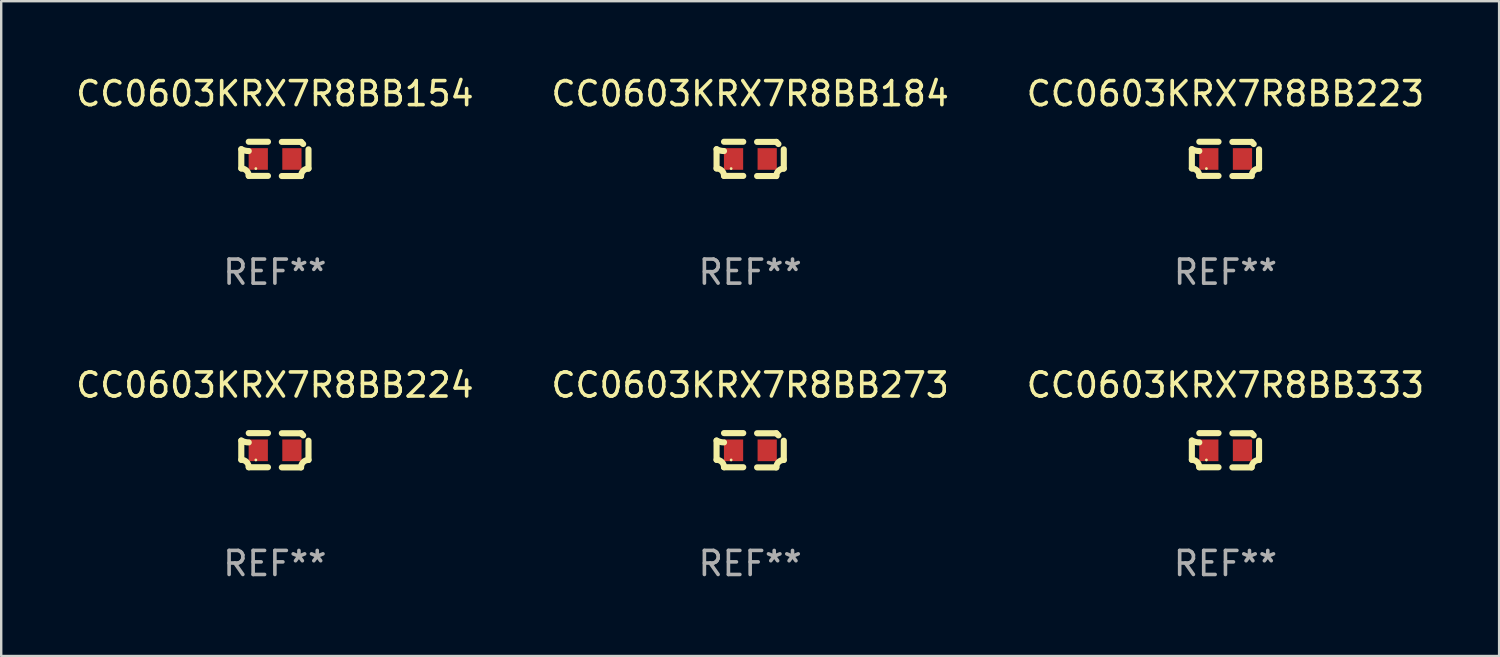
<source format=kicad_pcb>
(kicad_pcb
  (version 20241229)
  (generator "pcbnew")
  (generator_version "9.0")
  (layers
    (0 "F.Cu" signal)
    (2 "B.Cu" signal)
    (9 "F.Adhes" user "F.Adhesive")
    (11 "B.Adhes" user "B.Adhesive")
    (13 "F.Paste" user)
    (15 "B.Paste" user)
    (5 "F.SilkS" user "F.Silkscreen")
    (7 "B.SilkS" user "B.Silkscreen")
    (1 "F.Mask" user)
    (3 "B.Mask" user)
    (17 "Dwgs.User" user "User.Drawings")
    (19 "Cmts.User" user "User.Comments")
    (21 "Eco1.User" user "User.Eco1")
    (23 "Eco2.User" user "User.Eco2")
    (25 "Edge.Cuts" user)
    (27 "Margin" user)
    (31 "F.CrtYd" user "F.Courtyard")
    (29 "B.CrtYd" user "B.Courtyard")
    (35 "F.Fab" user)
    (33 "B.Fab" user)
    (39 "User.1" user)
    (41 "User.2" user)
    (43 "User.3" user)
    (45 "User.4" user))
  (footprint "CC0603KRX7R8BB223"
    (layer "F.Cu")
    (at 47.935 3.561)
    (property "Reference" "CC0603KRX7R8BB223" (at 0 -2.713 0) (layer "F.SilkS") (effects (font (size 1 1) (thickness 0.15))))
    (attr through_hole)
    (fp_line (start -1.398 -0.403) (end -1.398 0.397) (stroke (width 0.254) (type solid)) (layer "F.SilkS"))
    (fp_line (start -0.288 -0.713) (end -1.088 -0.713) (stroke (width 0.254) (type solid)) (layer "F.SilkS"))
    (fp_line (start -0.288 0.707) (end -1.088 0.707) (stroke (width 0.254) (type solid)) (layer "F.SilkS"))
    (fp_line (start 0.288 -0.707) (end 1.088 -0.707) (stroke (width 0.254) (type solid)) (layer "F.SilkS"))
    (fp_line (start 0.288 0.713) (end 1.088 0.713) (stroke (width 0.254) (type solid)) (layer "F.SilkS"))
    (fp_line (start 1.398 -0.397) (end 1.398 0.403) (stroke (width 0.254) (type solid)) (layer "F.SilkS"))
    (fp_arc (start -1.397789 0.397066) (mid -1.178701 0.487826) (end -1.08796 0.706922) (stroke (width 0.254001) (type solid)) (layer "F.SilkS"))
    (fp_arc (start -1.08796 -0.327176) (mid -1.247436 -0.346384) (end -1.39779 -0.402908) (stroke (width 0.254001) (type solid)) (layer "F.SilkS"))
    (fp_arc (start 1.087909 0.712738) (mid 1.178656 0.493655) (end 1.397739 0.402908) (stroke (width 0.254001) (type solid)) (layer "F.SilkS"))
    (fp_arc (start 1.175925 -0.618926) (mid 1.131917 -0.662923) (end 1.08791 -0.706922) (stroke (width 0.254001) (type solid)) (layer "F.SilkS"))
    (fp_circle (center -0.792 0.403) (end -0.762 0.403) (stroke (width 0.06) (type solid)) (fill no) (layer "F.SilkS"))
    (fp_text user "REF**" (at 0 4.713 0) (layer "F.Fab") (effects (font (size 1 1) (thickness 0.15))))
    (pad "1" smd rect (at -0.692 0.003) (size 0.8 0.9) (layers "F.Cu" "F.Mask" "F.Paste"))
    (pad "2" smd rect (at 0.708 0.003) (size 0.8 0.9) (layers "F.Cu" "F.Mask" "F.Paste")))
  (footprint "CC0603KRX7R8BB154"
    (layer "F.Cu")
    (at 8.387 3.561)
    (property "Reference" "CC0603KRX7R8BB154" (at 0 -2.713 0) (layer "F.SilkS") (effects (font (size 1 1) (thickness 0.15))))
    (attr through_hole)
    (fp_line (start -1.398 -0.403) (end -1.398 0.397) (stroke (width 0.254) (type solid)) (layer "F.SilkS"))
    (fp_line (start -0.288 -0.713) (end -1.088 -0.713) (stroke (width 0.254) (type solid)) (layer "F.SilkS"))
    (fp_line (start -0.288 0.707) (end -1.088 0.707) (stroke (width 0.254) (type solid)) (layer "F.SilkS"))
    (fp_line (start 0.288 -0.707) (end 1.088 -0.707) (stroke (width 0.254) (type solid)) (layer "F.SilkS"))
    (fp_line (start 0.288 0.713) (end 1.088 0.713) (stroke (width 0.254) (type solid)) (layer "F.SilkS"))
    (fp_line (start 1.398 -0.397) (end 1.398 0.403) (stroke (width 0.254) (type solid)) (layer "F.SilkS"))
    (fp_arc (start -1.397789 0.397066) (mid -1.178701 0.487826) (end -1.08796 0.706922) (stroke (width 0.254001) (type solid)) (layer "F.SilkS"))
    (fp_arc (start -1.08796 -0.327176) (mid -1.247436 -0.346384) (end -1.39779 -0.402908) (stroke (width 0.254001) (type solid)) (layer "F.SilkS"))
    (fp_arc (start 1.087909 0.712738) (mid 1.178656 0.493655) (end 1.397739 0.402908) (stroke (width 0.254001) (type solid)) (layer "F.SilkS"))
    (fp_arc (start 1.175925 -0.618926) (mid 1.131917 -0.662923) (end 1.08791 -0.706922) (stroke (width 0.254001) (type solid)) (layer "F.SilkS"))
    (fp_circle (center -0.792 0.403) (end -0.762 0.403) (stroke (width 0.06) (type solid)) (fill no) (layer "F.SilkS"))
    (fp_text user "REF**" (at 0 4.713 0) (layer "F.Fab") (effects (font (size 1 1) (thickness 0.15))))
    (pad "1" smd rect (at -0.692 0.003) (size 0.8 0.9) (layers "F.Cu" "F.Mask" "F.Paste"))
    (pad "2" smd rect (at 0.708 0.003) (size 0.8 0.9) (layers "F.Cu" "F.Mask" "F.Paste")))
  (footprint "CC0603KRX7R8BB184"
    (layer "F.Cu")
    (at 28.161 3.561)
    (property "Reference" "CC0603KRX7R8BB184" (at 0 -2.713 0) (layer "F.SilkS") (effects (font (size 1 1) (thickness 0.15))))
    (attr through_hole)
    (fp_line (start -1.398 -0.403) (end -1.398 0.397) (stroke (width 0.254) (type solid)) (layer "F.SilkS"))
    (fp_line (start -0.288 -0.713) (end -1.088 -0.713) (stroke (width 0.254) (type solid)) (layer "F.SilkS"))
    (fp_line (start -0.288 0.707) (end -1.088 0.707) (stroke (width 0.254) (type solid)) (layer "F.SilkS"))
    (fp_line (start 0.288 -0.707) (end 1.088 -0.707) (stroke (width 0.254) (type solid)) (layer "F.SilkS"))
    (fp_line (start 0.288 0.713) (end 1.088 0.713) (stroke (width 0.254) (type solid)) (layer "F.SilkS"))
    (fp_line (start 1.398 -0.397) (end 1.398 0.403) (stroke (width 0.254) (type solid)) (layer "F.SilkS"))
    (fp_arc (start -1.397789 0.397066) (mid -1.178701 0.487826) (end -1.08796 0.706922) (stroke (width 0.254001) (type solid)) (layer "F.SilkS"))
    (fp_arc (start -1.08796 -0.327176) (mid -1.247436 -0.346384) (end -1.39779 -0.402908) (stroke (width 0.254001) (type solid)) (layer "F.SilkS"))
    (fp_arc (start 1.087909 0.712738) (mid 1.178656 0.493655) (end 1.397739 0.402908) (stroke (width 0.254001) (type solid)) (layer "F.SilkS"))
    (fp_arc (start 1.175925 -0.618926) (mid 1.131917 -0.662923) (end 1.08791 -0.706922) (stroke (width 0.254001) (type solid)) (layer "F.SilkS"))
    (fp_circle (center -0.792 0.403) (end -0.762 0.403) (stroke (width 0.06) (type solid)) (fill no) (layer "F.SilkS"))
    (fp_text user "REF**" (at 0 4.713 0) (layer "F.Fab") (effects (font (size 1 1) (thickness 0.15))))
    (pad "1" smd rect (at -0.692 0.003) (size 0.8 0.9) (layers "F.Cu" "F.Mask" "F.Paste"))
    (pad "2" smd rect (at 0.708 0.003) (size 0.8 0.9) (layers "F.Cu" "F.Mask" "F.Paste")))
  (footprint "CC0603KRX7R8BB224"
    (layer "F.Cu")
    (at 8.387 15.683)
    (property "Reference" "CC0603KRX7R8BB224" (at 0 -2.713 0) (layer "F.SilkS") (effects (font (size 1 1) (thickness 0.15))))
    (attr through_hole)
    (fp_line (start -1.398 -0.403) (end -1.398 0.397) (stroke (width 0.254) (type solid)) (layer "F.SilkS"))
    (fp_line (start -0.288 -0.713) (end -1.088 -0.713) (stroke (width 0.254) (type solid)) (layer "F.SilkS"))
    (fp_line (start -0.288 0.707) (end -1.088 0.707) (stroke (width 0.254) (type solid)) (layer "F.SilkS"))
    (fp_line (start 0.288 -0.707) (end 1.088 -0.707) (stroke (width 0.254) (type solid)) (layer "F.SilkS"))
    (fp_line (start 0.288 0.713) (end 1.088 0.713) (stroke (width 0.254) (type solid)) (layer "F.SilkS"))
    (fp_line (start 1.398 -0.397) (end 1.398 0.403) (stroke (width 0.254) (type solid)) (layer "F.SilkS"))
    (fp_arc (start -1.397789 0.397066) (mid -1.178701 0.487826) (end -1.08796 0.706922) (stroke (width 0.254001) (type solid)) (layer "F.SilkS"))
    (fp_arc (start -1.08796 -0.327176) (mid -1.247436 -0.346384) (end -1.39779 -0.402908) (stroke (width 0.254001) (type solid)) (layer "F.SilkS"))
    (fp_arc (start 1.087909 0.712738) (mid 1.178656 0.493655) (end 1.397739 0.402908) (stroke (width 0.254001) (type solid)) (layer "F.SilkS"))
    (fp_arc (start 1.175925 -0.618926) (mid 1.131917 -0.662923) (end 1.08791 -0.706922) (stroke (width 0.254001) (type solid)) (layer "F.SilkS"))
    (fp_circle (center -0.792 0.403) (end -0.762 0.403) (stroke (width 0.06) (type solid)) (fill no) (layer "F.SilkS"))
    (fp_text user "REF**" (at 0 4.713 0) (layer "F.Fab") (effects (font (size 1 1) (thickness 0.15))))
    (pad "1" smd rect (at -0.692 0.003) (size 0.8 0.9) (layers "F.Cu" "F.Mask" "F.Paste"))
    (pad "2" smd rect (at 0.708 0.003) (size 0.8 0.9) (layers "F.Cu" "F.Mask" "F.Paste")))
  (footprint "CC0603KRX7R8BB333"
    (layer "F.Cu")
    (at 47.935 15.683)
    (property "Reference" "CC0603KRX7R8BB333" (at 0 -2.713 0) (layer "F.SilkS") (effects (font (size 1 1) (thickness 0.15))))
    (attr through_hole)
    (fp_line (start -1.398 -0.403) (end -1.398 0.397) (stroke (width 0.254) (type solid)) (layer "F.SilkS"))
    (fp_line (start -0.288 -0.713) (end -1.088 -0.713) (stroke (width 0.254) (type solid)) (layer "F.SilkS"))
    (fp_line (start -0.288 0.707) (end -1.088 0.707) (stroke (width 0.254) (type solid)) (layer "F.SilkS"))
    (fp_line (start 0.288 -0.707) (end 1.088 -0.707) (stroke (width 0.254) (type solid)) (layer "F.SilkS"))
    (fp_line (start 0.288 0.713) (end 1.088 0.713) (stroke (width 0.254) (type solid)) (layer "F.SilkS"))
    (fp_line (start 1.398 -0.397) (end 1.398 0.403) (stroke (width 0.254) (type solid)) (layer "F.SilkS"))
    (fp_arc (start -1.397789 0.397066) (mid -1.178701 0.487826) (end -1.08796 0.706922) (stroke (width 0.254001) (type solid)) (layer "F.SilkS"))
    (fp_arc (start -1.08796 -0.327176) (mid -1.247436 -0.346384) (end -1.39779 -0.402908) (stroke (width 0.254001) (type solid)) (layer "F.SilkS"))
    (fp_arc (start 1.087909 0.712738) (mid 1.178656 0.493655) (end 1.397739 0.402908) (stroke (width 0.254001) (type solid)) (layer "F.SilkS"))
    (fp_arc (start 1.175925 -0.618926) (mid 1.131917 -0.662923) (end 1.08791 -0.706922) (stroke (width 0.254001) (type solid)) (layer "F.SilkS"))
    (fp_circle (center -0.792 0.403) (end -0.762 0.403) (stroke (width 0.06) (type solid)) (fill no) (layer "F.SilkS"))
    (fp_text user "REF**" (at 0 4.713 0) (layer "F.Fab") (effects (font (size 1 1) (thickness 0.15))))
    (pad "1" smd rect (at -0.692 0.003) (size 0.8 0.9) (layers "F.Cu" "F.Mask" "F.Paste"))
    (pad "2" smd rect (at 0.708 0.003) (size 0.8 0.9) (layers "F.Cu" "F.Mask" "F.Paste")))
  (footprint "CC0603KRX7R8BB273"
    (layer "F.Cu")
    (at 28.161 15.683)
    (property "Reference" "CC0603KRX7R8BB273" (at 0 -2.713 0) (layer "F.SilkS") (effects (font (size 1 1) (thickness 0.15))))
    (attr through_hole)
    (fp_line (start -1.398 -0.403) (end -1.398 0.397) (stroke (width 0.254) (type solid)) (layer "F.SilkS"))
    (fp_line (start -0.288 -0.713) (end -1.088 -0.713) (stroke (width 0.254) (type solid)) (layer "F.SilkS"))
    (fp_line (start -0.288 0.707) (end -1.088 0.707) (stroke (width 0.254) (type solid)) (layer "F.SilkS"))
    (fp_line (start 0.288 -0.707) (end 1.088 -0.707) (stroke (width 0.254) (type solid)) (layer "F.SilkS"))
    (fp_line (start 0.288 0.713) (end 1.088 0.713) (stroke (width 0.254) (type solid)) (layer "F.SilkS"))
    (fp_line (start 1.398 -0.397) (end 1.398 0.403) (stroke (width 0.254) (type solid)) (layer "F.SilkS"))
    (fp_arc (start -1.397789 0.397066) (mid -1.178701 0.487826) (end -1.08796 0.706922) (stroke (width 0.254001) (type solid)) (layer "F.SilkS"))
    (fp_arc (start -1.08796 -0.327176) (mid -1.247436 -0.346384) (end -1.39779 -0.402908) (stroke (width 0.254001) (type solid)) (layer "F.SilkS"))
    (fp_arc (start 1.087909 0.712738) (mid 1.178656 0.493655) (end 1.397739 0.402908) (stroke (width 0.254001) (type solid)) (layer "F.SilkS"))
    (fp_arc (start 1.175925 -0.618926) (mid 1.131917 -0.662923) (end 1.08791 -0.706922) (stroke (width 0.254001) (type solid)) (layer "F.SilkS"))
    (fp_circle (center -0.792 0.403) (end -0.762 0.403) (stroke (width 0.06) (type solid)) (fill no) (layer "F.SilkS"))
    (fp_text user "REF**" (at 0 4.713 0) (layer "F.Fab") (effects (font (size 1 1) (thickness 0.15))))
    (pad "1" smd rect (at -0.692 0.003) (size 0.8 0.9) (layers "F.Cu" "F.Mask" "F.Paste"))
    (pad "2" smd rect (at 0.708 0.003) (size 0.8 0.9) (layers "F.Cu" "F.Mask" "F.Paste")))
  (gr_rect
    (start -3 -3)
    (end 59.321 24.244)
    (stroke (width 0.1) (type default))
    (fill no)
    (layer "Edge.Cuts")))
</source>
